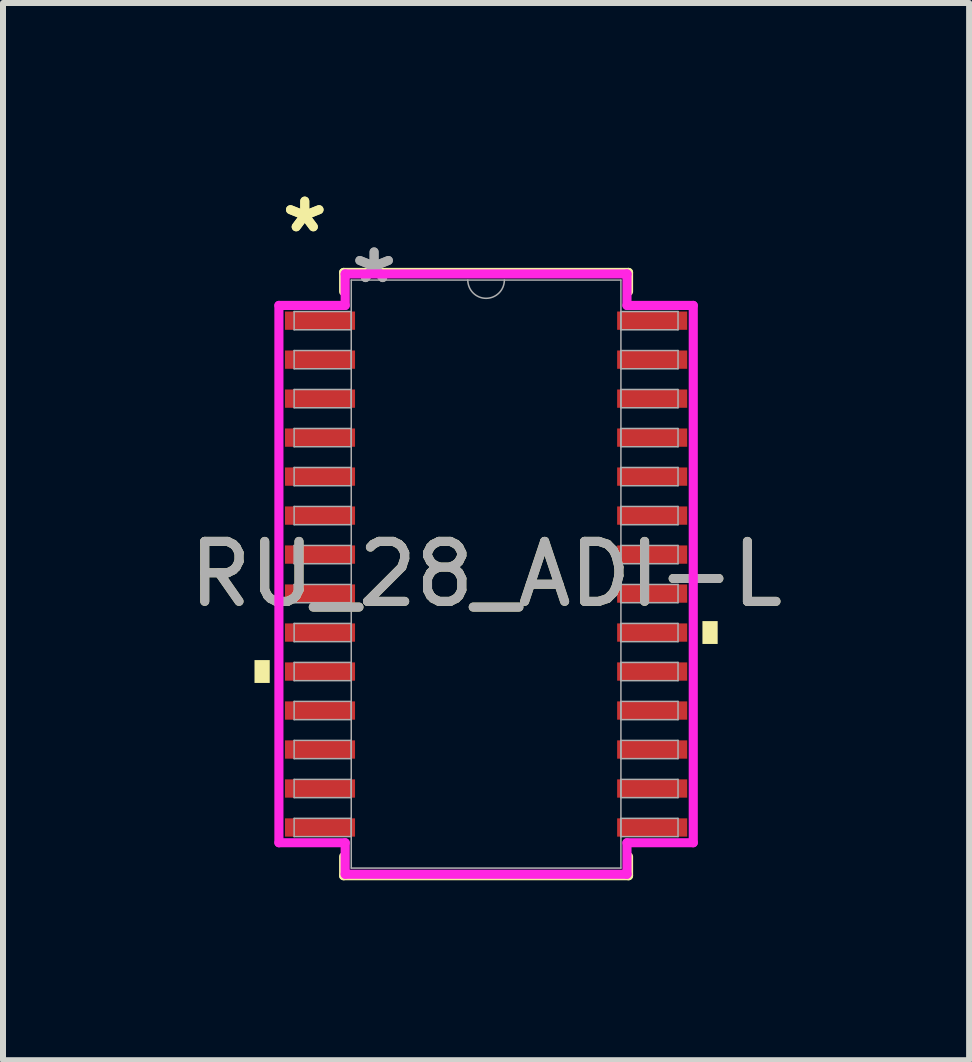
<source format=kicad_pcb>
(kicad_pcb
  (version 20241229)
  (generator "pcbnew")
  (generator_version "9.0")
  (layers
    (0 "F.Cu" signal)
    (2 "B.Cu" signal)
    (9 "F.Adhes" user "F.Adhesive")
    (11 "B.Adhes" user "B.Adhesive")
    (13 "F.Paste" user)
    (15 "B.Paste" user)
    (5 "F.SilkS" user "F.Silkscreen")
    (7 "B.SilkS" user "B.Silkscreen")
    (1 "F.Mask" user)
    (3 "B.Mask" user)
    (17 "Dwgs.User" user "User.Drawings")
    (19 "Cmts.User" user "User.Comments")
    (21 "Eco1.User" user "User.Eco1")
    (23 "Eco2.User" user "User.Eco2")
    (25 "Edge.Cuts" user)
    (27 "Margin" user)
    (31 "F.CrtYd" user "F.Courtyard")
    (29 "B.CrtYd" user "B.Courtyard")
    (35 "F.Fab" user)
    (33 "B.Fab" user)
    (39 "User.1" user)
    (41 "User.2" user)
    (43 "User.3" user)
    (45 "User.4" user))
  (footprint "RU_28_ADI-L"
    (layer "F.Cu")
    (at 5.054 6.521)
    (property "Reference" "RU_28_ADI-L" (at 0 0 0) (unlocked yes) (layer "F.SilkS") (effects (font (size 1 1) (thickness 0.15))))
    (attr smd)
    (fp_line (start -2.375 -5.029) (end -2.375 -4.71) (stroke (width 0.152) (type solid)) (layer "F.SilkS"))
    (fp_line (start -2.375 4.71) (end -2.375 5.029) (stroke (width 0.152) (type solid)) (layer "F.SilkS"))
    (fp_line (start -2.375 5.029) (end 2.375 5.029) (stroke (width 0.152) (type solid)) (layer "F.SilkS"))
    (fp_line (start 2.375 -5.029) (end -2.375 -5.029) (stroke (width 0.152) (type solid)) (layer "F.SilkS"))
    (fp_line (start 2.375 -4.71) (end 2.375 -5.029) (stroke (width 0.152) (type solid)) (layer "F.SilkS"))
    (fp_line (start 2.375 5.029) (end 2.375 4.71) (stroke (width 0.152) (type solid)) (layer "F.SilkS"))
    (fp_poly (pts (xy -3.861 1.434) (xy -3.861 1.815) (xy -3.607 1.815) (xy -3.607 1.434)) (stroke (width 0) (type solid)) (fill yes) (layer "F.SilkS"))
    (fp_poly (pts (xy 3.861 0.784) (xy 3.861 1.165) (xy 3.607 1.165) (xy 3.607 0.784)) (stroke (width 0) (type solid)) (fill yes) (layer "F.SilkS"))
    (fp_line (start -3.454 -4.479) (end -2.349 -4.479) (stroke (width 0.152) (type solid)) (layer "F.CrtYd"))
    (fp_line (start -3.454 4.479) (end -3.454 -4.479) (stroke (width 0.152) (type solid)) (layer "F.CrtYd"))
    (fp_line (start -3.454 4.479) (end -2.349 4.479) (stroke (width 0.152) (type solid)) (layer "F.CrtYd"))
    (fp_line (start -2.349 -5.004) (end 2.349 -5.004) (stroke (width 0.152) (type solid)) (layer "F.CrtYd"))
    (fp_line (start -2.349 -4.479) (end -2.349 -5.004) (stroke (width 0.152) (type solid)) (layer "F.CrtYd"))
    (fp_line (start -2.349 5.004) (end -2.349 4.479) (stroke (width 0.152) (type solid)) (layer "F.CrtYd"))
    (fp_line (start 2.349 -5.004) (end 2.349 -4.479) (stroke (width 0.152) (type solid)) (layer "F.CrtYd"))
    (fp_line (start 2.349 4.479) (end 2.349 5.004) (stroke (width 0.152) (type solid)) (layer "F.CrtYd"))
    (fp_line (start 2.349 5.004) (end -2.349 5.004) (stroke (width 0.152) (type solid)) (layer "F.CrtYd"))
    (fp_line (start 3.454 -4.479) (end 2.349 -4.479) (stroke (width 0.152) (type solid)) (layer "F.CrtYd"))
    (fp_line (start 3.454 -4.479) (end 3.454 4.479) (stroke (width 0.152) (type solid)) (layer "F.CrtYd"))
    (fp_line (start 3.454 4.479) (end 2.349 4.479) (stroke (width 0.152) (type solid)) (layer "F.CrtYd"))
    (fp_line (start -3.2 -4.377) (end -3.2 -4.073) (stroke (width 0.025) (type solid)) (layer "F.Fab"))
    (fp_line (start -3.2 -4.073) (end -2.248 -4.073) (stroke (width 0.025) (type solid)) (layer "F.Fab"))
    (fp_line (start -3.2 -3.727) (end -3.2 -3.423) (stroke (width 0.025) (type solid)) (layer "F.Fab"))
    (fp_line (start -3.2 -3.423) (end -2.248 -3.423) (stroke (width 0.025) (type solid)) (layer "F.Fab"))
    (fp_line (start -3.2 -3.077) (end -3.2 -2.773) (stroke (width 0.025) (type solid)) (layer "F.Fab"))
    (fp_line (start -3.2 -2.773) (end -2.248 -2.773) (stroke (width 0.025) (type solid)) (layer "F.Fab"))
    (fp_line (start -3.2 -2.427) (end -3.2 -2.123) (stroke (width 0.025) (type solid)) (layer "F.Fab"))
    (fp_line (start -3.2 -2.123) (end -2.248 -2.123) (stroke (width 0.025) (type solid)) (layer "F.Fab"))
    (fp_line (start -3.2 -1.777) (end -3.2 -1.473) (stroke (width 0.025) (type solid)) (layer "F.Fab"))
    (fp_line (start -3.2 -1.473) (end -2.248 -1.473) (stroke (width 0.025) (type solid)) (layer "F.Fab"))
    (fp_line (start -3.2 -1.127) (end -3.2 -0.823) (stroke (width 0.025) (type solid)) (layer "F.Fab"))
    (fp_line (start -3.2 -0.823) (end -2.248 -0.823) (stroke (width 0.025) (type solid)) (layer "F.Fab"))
    (fp_line (start -3.2 -0.477) (end -3.2 -0.173) (stroke (width 0.025) (type solid)) (layer "F.Fab"))
    (fp_line (start -3.2 -0.173) (end -2.248 -0.173) (stroke (width 0.025) (type solid)) (layer "F.Fab"))
    (fp_line (start -3.2 0.173) (end -3.2 0.477) (stroke (width 0.025) (type solid)) (layer "F.Fab"))
    (fp_line (start -3.2 0.477) (end -2.248 0.477) (stroke (width 0.025) (type solid)) (layer "F.Fab"))
    (fp_line (start -3.2 0.823) (end -3.2 1.127) (stroke (width 0.025) (type solid)) (layer "F.Fab"))
    (fp_line (start -3.2 1.127) (end -2.248 1.127) (stroke (width 0.025) (type solid)) (layer "F.Fab"))
    (fp_line (start -3.2 1.473) (end -3.2 1.777) (stroke (width 0.025) (type solid)) (layer "F.Fab"))
    (fp_line (start -3.2 1.777) (end -2.248 1.777) (stroke (width 0.025) (type solid)) (layer "F.Fab"))
    (fp_line (start -3.2 2.123) (end -3.2 2.427) (stroke (width 0.025) (type solid)) (layer "F.Fab"))
    (fp_line (start -3.2 2.427) (end -2.248 2.427) (stroke (width 0.025) (type solid)) (layer "F.Fab"))
    (fp_line (start -3.2 2.773) (end -3.2 3.077) (stroke (width 0.025) (type solid)) (layer "F.Fab"))
    (fp_line (start -3.2 3.077) (end -2.248 3.077) (stroke (width 0.025) (type solid)) (layer "F.Fab"))
    (fp_line (start -3.2 3.423) (end -3.2 3.727) (stroke (width 0.025) (type solid)) (layer "F.Fab"))
    (fp_line (start -3.2 3.727) (end -2.248 3.727) (stroke (width 0.025) (type solid)) (layer "F.Fab"))
    (fp_line (start -3.2 4.073) (end -3.2 4.377) (stroke (width 0.025) (type solid)) (layer "F.Fab"))
    (fp_line (start -3.2 4.377) (end -2.248 4.377) (stroke (width 0.025) (type solid)) (layer "F.Fab"))
    (fp_line (start -2.248 -4.902) (end -2.248 4.902) (stroke (width 0.025) (type solid)) (layer "F.Fab"))
    (fp_line (start -2.248 -4.377) (end -3.2 -4.377) (stroke (width 0.025) (type solid)) (layer "F.Fab"))
    (fp_line (start -2.248 -4.073) (end -2.248 -4.377) (stroke (width 0.025) (type solid)) (layer "F.Fab"))
    (fp_line (start -2.248 -3.727) (end -3.2 -3.727) (stroke (width 0.025) (type solid)) (layer "F.Fab"))
    (fp_line (start -2.248 -3.423) (end -2.248 -3.727) (stroke (width 0.025) (type solid)) (layer "F.Fab"))
    (fp_line (start -2.248 -3.077) (end -3.2 -3.077) (stroke (width 0.025) (type solid)) (layer "F.Fab"))
    (fp_line (start -2.248 -2.773) (end -2.248 -3.077) (stroke (width 0.025) (type solid)) (layer "F.Fab"))
    (fp_line (start -2.248 -2.427) (end -3.2 -2.427) (stroke (width 0.025) (type solid)) (layer "F.Fab"))
    (fp_line (start -2.248 -2.123) (end -2.248 -2.427) (stroke (width 0.025) (type solid)) (layer "F.Fab"))
    (fp_line (start -2.248 -1.777) (end -3.2 -1.777) (stroke (width 0.025) (type solid)) (layer "F.Fab"))
    (fp_line (start -2.248 -1.473) (end -2.248 -1.777) (stroke (width 0.025) (type solid)) (layer "F.Fab"))
    (fp_line (start -2.248 -1.127) (end -3.2 -1.127) (stroke (width 0.025) (type solid)) (layer "F.Fab"))
    (fp_line (start -2.248 -0.823) (end -2.248 -1.127) (stroke (width 0.025) (type solid)) (layer "F.Fab"))
    (fp_line (start -2.248 -0.477) (end -3.2 -0.477) (stroke (width 0.025) (type solid)) (layer "F.Fab"))
    (fp_line (start -2.248 -0.173) (end -2.248 -0.477) (stroke (width 0.025) (type solid)) (layer "F.Fab"))
    (fp_line (start -2.248 0.173) (end -3.2 0.173) (stroke (width 0.025) (type solid)) (layer "F.Fab"))
    (fp_line (start -2.248 0.477) (end -2.248 0.173) (stroke (width 0.025) (type solid)) (layer "F.Fab"))
    (fp_line (start -2.248 0.823) (end -3.2 0.823) (stroke (width 0.025) (type solid)) (layer "F.Fab"))
    (fp_line (start -2.248 1.127) (end -2.248 0.823) (stroke (width 0.025) (type solid)) (layer "F.Fab"))
    (fp_line (start -2.248 1.473) (end -3.2 1.473) (stroke (width 0.025) (type solid)) (layer "F.Fab"))
    (fp_line (start -2.248 1.777) (end -2.248 1.473) (stroke (width 0.025) (type solid)) (layer "F.Fab"))
    (fp_line (start -2.248 2.123) (end -3.2 2.123) (stroke (width 0.025) (type solid)) (layer "F.Fab"))
    (fp_line (start -2.248 2.427) (end -2.248 2.123) (stroke (width 0.025) (type solid)) (layer "F.Fab"))
    (fp_line (start -2.248 2.773) (end -3.2 2.773) (stroke (width 0.025) (type solid)) (layer "F.Fab"))
    (fp_line (start -2.248 3.077) (end -2.248 2.773) (stroke (width 0.025) (type solid)) (layer "F.Fab"))
    (fp_line (start -2.248 3.423) (end -3.2 3.423) (stroke (width 0.025) (type solid)) (layer "F.Fab"))
    (fp_line (start -2.248 3.727) (end -2.248 3.423) (stroke (width 0.025) (type solid)) (layer "F.Fab"))
    (fp_line (start -2.248 4.073) (end -3.2 4.073) (stroke (width 0.025) (type solid)) (layer "F.Fab"))
    (fp_line (start -2.248 4.377) (end -2.248 4.073) (stroke (width 0.025) (type solid)) (layer "F.Fab"))
    (fp_line (start -2.248 4.902) (end 2.248 4.902) (stroke (width 0.025) (type solid)) (layer "F.Fab"))
    (fp_line (start 2.248 -4.902) (end -2.248 -4.902) (stroke (width 0.025) (type solid)) (layer "F.Fab"))
    (fp_line (start 2.248 -4.377) (end 2.248 -4.073) (stroke (width 0.025) (type solid)) (layer "F.Fab"))
    (fp_line (start 2.248 -4.073) (end 3.2 -4.073) (stroke (width 0.025) (type solid)) (layer "F.Fab"))
    (fp_line (start 2.248 -3.727) (end 2.248 -3.423) (stroke (width 0.025) (type solid)) (layer "F.Fab"))
    (fp_line (start 2.248 -3.423) (end 3.2 -3.423) (stroke (width 0.025) (type solid)) (layer "F.Fab"))
    (fp_line (start 2.248 -3.077) (end 2.248 -2.773) (stroke (width 0.025) (type solid)) (layer "F.Fab"))
    (fp_line (start 2.248 -2.773) (end 3.2 -2.773) (stroke (width 0.025) (type solid)) (layer "F.Fab"))
    (fp_line (start 2.248 -2.427) (end 2.248 -2.123) (stroke (width 0.025) (type solid)) (layer "F.Fab"))
    (fp_line (start 2.248 -2.123) (end 3.2 -2.123) (stroke (width 0.025) (type solid)) (layer "F.Fab"))
    (fp_line (start 2.248 -1.777) (end 2.248 -1.473) (stroke (width 0.025) (type solid)) (layer "F.Fab"))
    (fp_line (start 2.248 -1.473) (end 3.2 -1.473) (stroke (width 0.025) (type solid)) (layer "F.Fab"))
    (fp_line (start 2.248 -1.127) (end 2.248 -0.823) (stroke (width 0.025) (type solid)) (layer "F.Fab"))
    (fp_line (start 2.248 -0.823) (end 3.2 -0.823) (stroke (width 0.025) (type solid)) (layer "F.Fab"))
    (fp_line (start 2.248 -0.477) (end 2.248 -0.173) (stroke (width 0.025) (type solid)) (layer "F.Fab"))
    (fp_line (start 2.248 -0.173) (end 3.2 -0.173) (stroke (width 0.025) (type solid)) (layer "F.Fab"))
    (fp_line (start 2.248 0.173) (end 2.248 0.477) (stroke (width 0.025) (type solid)) (layer "F.Fab"))
    (fp_line (start 2.248 0.477) (end 3.2 0.477) (stroke (width 0.025) (type solid)) (layer "F.Fab"))
    (fp_line (start 2.248 0.823) (end 2.248 1.127) (stroke (width 0.025) (type solid)) (layer "F.Fab"))
    (fp_line (start 2.248 1.127) (end 3.2 1.127) (stroke (width 0.025) (type solid)) (layer "F.Fab"))
    (fp_line (start 2.248 1.473) (end 2.248 1.777) (stroke (width 0.025) (type solid)) (layer "F.Fab"))
    (fp_line (start 2.248 1.777) (end 3.2 1.777) (stroke (width 0.025) (type solid)) (layer "F.Fab"))
    (fp_line (start 2.248 2.123) (end 2.248 2.427) (stroke (width 0.025) (type solid)) (layer "F.Fab"))
    (fp_line (start 2.248 2.427) (end 3.2 2.427) (stroke (width 0.025) (type solid)) (layer "F.Fab"))
    (fp_line (start 2.248 2.773) (end 2.248 3.077) (stroke (width 0.025) (type solid)) (layer "F.Fab"))
    (fp_line (start 2.248 3.077) (end 3.2 3.077) (stroke (width 0.025) (type solid)) (layer "F.Fab"))
    (fp_line (start 2.248 3.423) (end 2.248 3.727) (stroke (width 0.025) (type solid)) (layer "F.Fab"))
    (fp_line (start 2.248 3.727) (end 3.2 3.727) (stroke (width 0.025) (type solid)) (layer "F.Fab"))
    (fp_line (start 2.248 4.073) (end 2.248 4.377) (stroke (width 0.025) (type solid)) (layer "F.Fab"))
    (fp_line (start 2.248 4.377) (end 3.2 4.377) (stroke (width 0.025) (type solid)) (layer "F.Fab"))
    (fp_line (start 2.248 4.902) (end 2.248 -4.902) (stroke (width 0.025) (type solid)) (layer "F.Fab"))
    (fp_line (start 3.2 -4.377) (end 2.248 -4.377) (stroke (width 0.025) (type solid)) (layer "F.Fab"))
    (fp_line (start 3.2 -4.073) (end 3.2 -4.377) (stroke (width 0.025) (type solid)) (layer "F.Fab"))
    (fp_line (start 3.2 -3.727) (end 2.248 -3.727) (stroke (width 0.025) (type solid)) (layer "F.Fab"))
    (fp_line (start 3.2 -3.423) (end 3.2 -3.727) (stroke (width 0.025) (type solid)) (layer "F.Fab"))
    (fp_line (start 3.2 -3.077) (end 2.248 -3.077) (stroke (width 0.025) (type solid)) (layer "F.Fab"))
    (fp_line (start 3.2 -2.773) (end 3.2 -3.077) (stroke (width 0.025) (type solid)) (layer "F.Fab"))
    (fp_line (start 3.2 -2.427) (end 2.248 -2.427) (stroke (width 0.025) (type solid)) (layer "F.Fab"))
    (fp_line (start 3.2 -2.123) (end 3.2 -2.427) (stroke (width 0.025) (type solid)) (layer "F.Fab"))
    (fp_line (start 3.2 -1.777) (end 2.248 -1.777) (stroke (width 0.025) (type solid)) (layer "F.Fab"))
    (fp_line (start 3.2 -1.473) (end 3.2 -1.777) (stroke (width 0.025) (type solid)) (layer "F.Fab"))
    (fp_line (start 3.2 -1.127) (end 2.248 -1.127) (stroke (width 0.025) (type solid)) (layer "F.Fab"))
    (fp_line (start 3.2 -0.823) (end 3.2 -1.127) (stroke (width 0.025) (type solid)) (layer "F.Fab"))
    (fp_line (start 3.2 -0.477) (end 2.248 -0.477) (stroke (width 0.025) (type solid)) (layer "F.Fab"))
    (fp_line (start 3.2 -0.173) (end 3.2 -0.477) (stroke (width 0.025) (type solid)) (layer "F.Fab"))
    (fp_line (start 3.2 0.173) (end 2.248 0.173) (stroke (width 0.025) (type solid)) (layer "F.Fab"))
    (fp_line (start 3.2 0.477) (end 3.2 0.173) (stroke (width 0.025) (type solid)) (layer "F.Fab"))
    (fp_line (start 3.2 0.823) (end 2.248 0.823) (stroke (width 0.025) (type solid)) (layer "F.Fab"))
    (fp_line (start 3.2 1.127) (end 3.2 0.823) (stroke (width 0.025) (type solid)) (layer "F.Fab"))
    (fp_line (start 3.2 1.473) (end 2.248 1.473) (stroke (width 0.025) (type solid)) (layer "F.Fab"))
    (fp_line (start 3.2 1.777) (end 3.2 1.473) (stroke (width 0.025) (type solid)) (layer "F.Fab"))
    (fp_line (start 3.2 2.123) (end 2.248 2.123) (stroke (width 0.025) (type solid)) (layer "F.Fab"))
    (fp_line (start 3.2 2.427) (end 3.2 2.123) (stroke (width 0.025) (type solid)) (layer "F.Fab"))
    (fp_line (start 3.2 2.773) (end 2.248 2.773) (stroke (width 0.025) (type solid)) (layer "F.Fab"))
    (fp_line (start 3.2 3.077) (end 3.2 2.773) (stroke (width 0.025) (type solid)) (layer "F.Fab"))
    (fp_line (start 3.2 3.423) (end 2.248 3.423) (stroke (width 0.025) (type solid)) (layer "F.Fab"))
    (fp_line (start 3.2 3.727) (end 3.2 3.423) (stroke (width 0.025) (type solid)) (layer "F.Fab"))
    (fp_line (start 3.2 4.073) (end 2.248 4.073) (stroke (width 0.025) (type solid)) (layer "F.Fab"))
    (fp_line (start 3.2 4.377) (end 3.2 4.073) (stroke (width 0.025) (type solid)) (layer "F.Fab"))
    (fp_arc (start 0.3048 -4.9022) (mid 0 -4.5974) (end -0.3048 -4.9022) (stroke (width 0.0254) (type solid)) (layer "F.Fab"))
    (fp_text user "*" (at -3.023 -5.673 0) (unlocked yes) (layer "F.SilkS") (effects (font (size 1 1) (thickness 0.15))))
    (fp_text user "*" (at -3.023 -5.673 0) (layer "F.SilkS") (effects (font (size 1 1) (thickness 0.15))))
    (fp_text user "*" (at -1.867 -4.826 0) (unlocked yes) (layer "F.Fab") (effects (font (size 1 1) (thickness 0.15))))
    (fp_text user "${REFERENCE}" (at 0 0 0) (unlocked yes) (layer "F.Fab") (effects (font (size 1 1) (thickness 0.15))))
    (fp_text user "*" (at -1.867 -4.826 0) (layer "F.Fab") (effects (font (size 1 1) (thickness 0.15))))
    (pad "1" smd rect (at -2.769 -4.225) (size 1.168 0.305) (layers "F.Cu" "F.Mask" "F.Paste"))
    (pad "2" smd rect (at -2.769 -3.575) (size 1.168 0.305) (layers "F.Cu" "F.Mask" "F.Paste"))
    (pad "3" smd rect (at -2.769 -2.925) (size 1.168 0.305) (layers "F.Cu" "F.Mask" "F.Paste"))
    (pad "4" smd rect (at -2.769 -2.275) (size 1.168 0.305) (layers "F.Cu" "F.Mask" "F.Paste"))
    (pad "5" smd rect (at -2.769 -1.625) (size 1.168 0.305) (layers "F.Cu" "F.Mask" "F.Paste"))
    (pad "6" smd rect (at -2.769 -0.975) (size 1.168 0.305) (layers "F.Cu" "F.Mask" "F.Paste"))
    (pad "7" smd rect (at -2.769 -0.325) (size 1.168 0.305) (layers "F.Cu" "F.Mask" "F.Paste"))
    (pad "8" smd rect (at -2.769 0.325) (size 1.168 0.305) (layers "F.Cu" "F.Mask" "F.Paste"))
    (pad "9" smd rect (at -2.769 0.975) (size 1.168 0.305) (layers "F.Cu" "F.Mask" "F.Paste"))
    (pad "10" smd rect (at -2.769 1.625) (size 1.168 0.305) (layers "F.Cu" "F.Mask" "F.Paste"))
    (pad "11" smd rect (at -2.769 2.275) (size 1.168 0.305) (layers "F.Cu" "F.Mask" "F.Paste"))
    (pad "12" smd rect (at -2.769 2.925) (size 1.168 0.305) (layers "F.Cu" "F.Mask" "F.Paste"))
    (pad "13" smd rect (at -2.769 3.575) (size 1.168 0.305) (layers "F.Cu" "F.Mask" "F.Paste"))
    (pad "14" smd rect (at -2.769 4.225) (size 1.168 0.305) (layers "F.Cu" "F.Mask" "F.Paste"))
    (pad "15" smd rect (at 2.769 4.225) (size 1.168 0.305) (layers "F.Cu" "F.Mask" "F.Paste"))
    (pad "16" smd rect (at 2.769 3.575) (size 1.168 0.305) (layers "F.Cu" "F.Mask" "F.Paste"))
    (pad "17" smd rect (at 2.769 2.925) (size 1.168 0.305) (layers "F.Cu" "F.Mask" "F.Paste"))
    (pad "18" smd rect (at 2.769 2.275) (size 1.168 0.305) (layers "F.Cu" "F.Mask" "F.Paste"))
    (pad "19" smd rect (at 2.769 1.625) (size 1.168 0.305) (layers "F.Cu" "F.Mask" "F.Paste"))
    (pad "20" smd rect (at 2.769 0.975) (size 1.168 0.305) (layers "F.Cu" "F.Mask" "F.Paste"))
    (pad "21" smd rect (at 2.769 0.325) (size 1.168 0.305) (layers "F.Cu" "F.Mask" "F.Paste"))
    (pad "22" smd rect (at 2.769 -0.325) (size 1.168 0.305) (layers "F.Cu" "F.Mask" "F.Paste"))
    (pad "23" smd rect (at 2.769 -0.975) (size 1.168 0.305) (layers "F.Cu" "F.Mask" "F.Paste"))
    (pad "24" smd rect (at 2.769 -1.625) (size 1.168 0.305) (layers "F.Cu" "F.Mask" "F.Paste"))
    (pad "25" smd rect (at 2.769 -2.275) (size 1.168 0.305) (layers "F.Cu" "F.Mask" "F.Paste"))
    (pad "26" smd rect (at 2.769 -2.925) (size 1.168 0.305) (layers "F.Cu" "F.Mask" "F.Paste"))
    (pad "27" smd rect (at 2.769 -3.575) (size 1.168 0.305) (layers "F.Cu" "F.Mask" "F.Paste"))
    (pad "28" smd rect (at 2.769 -4.225) (size 1.168 0.305) (layers "F.Cu" "F.Mask" "F.Paste")))
  (gr_rect
    (start -3 -3)
    (end 13.107 14.626)
    (stroke (width 0.1) (type default))
    (fill no)
    (layer "Edge.Cuts")))
</source>
